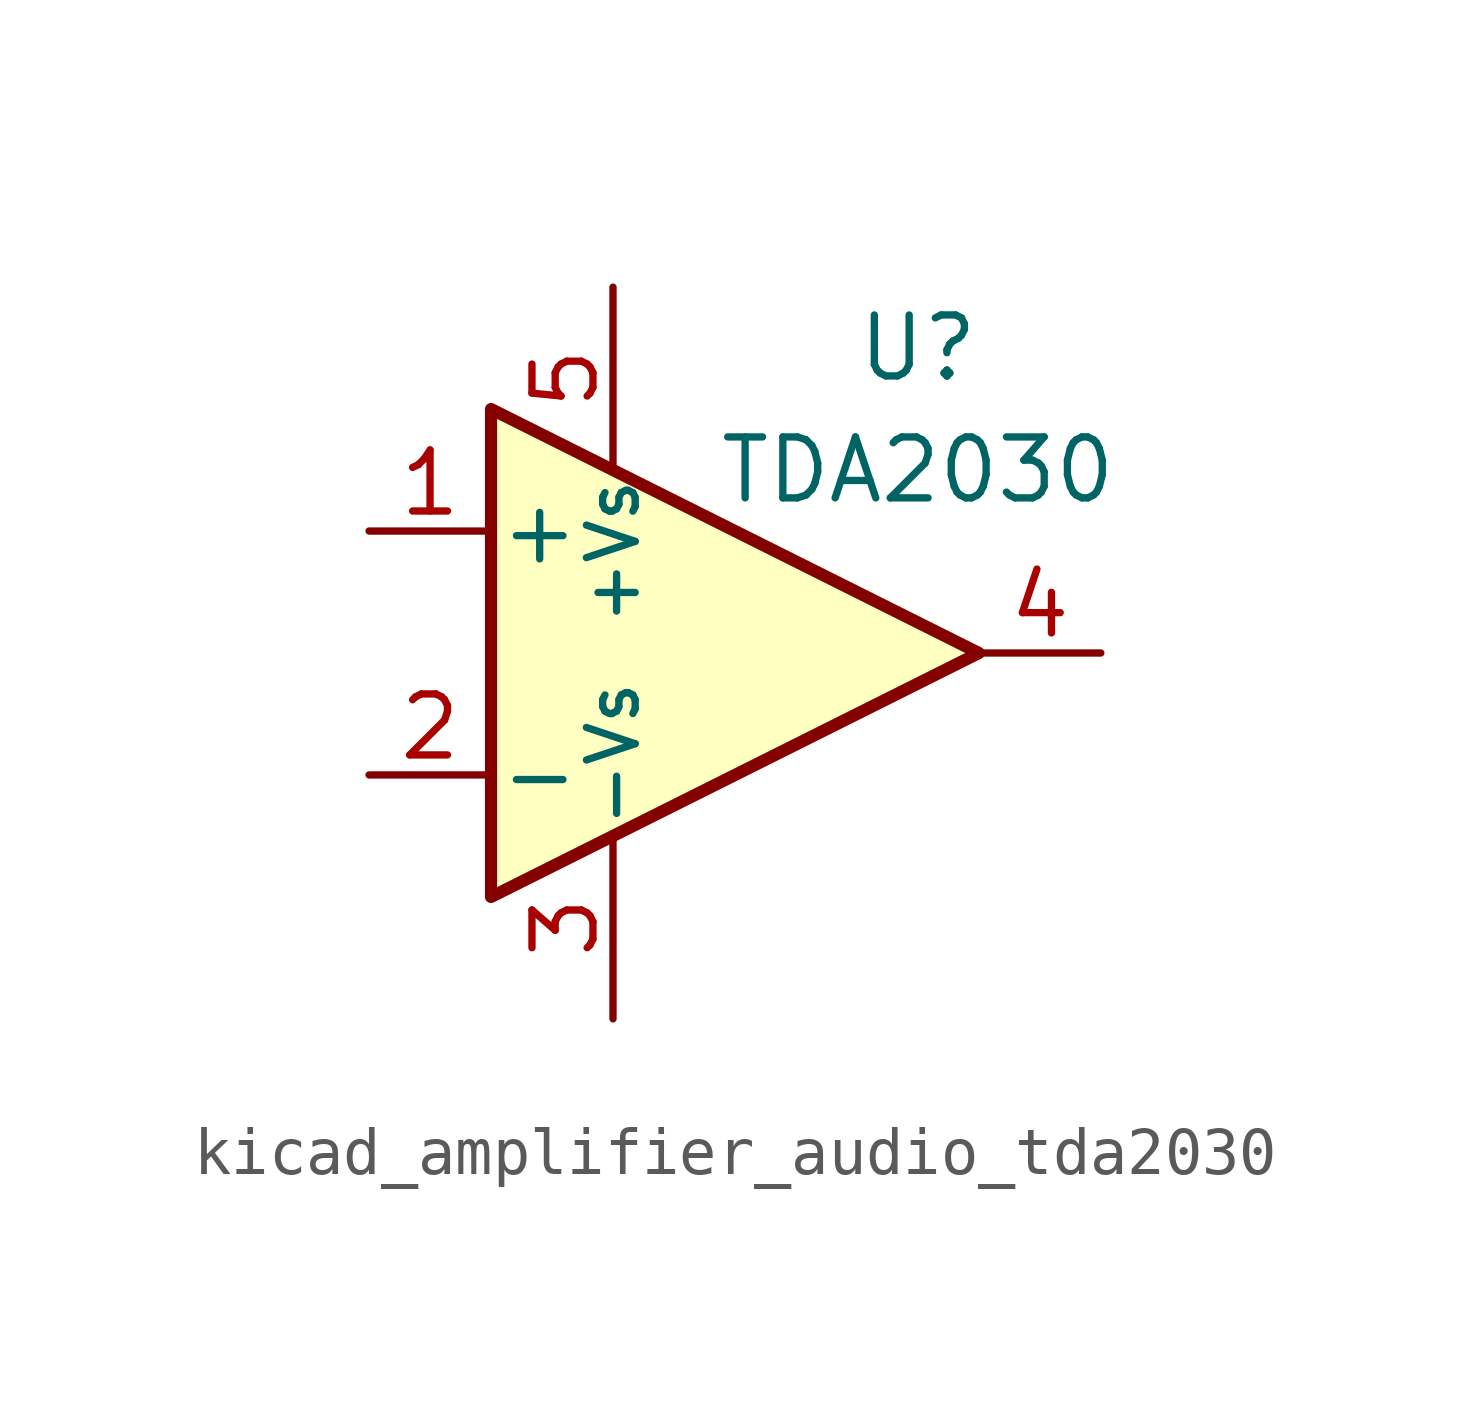
<source format=kicad_sym>
(kicad_symbol_lib
  (version 20220914)
  (generator kicad_symbol_editor)
  (symbol "kicad_amplifier_audio_tda2030"
    (pin_names
      (offset 0.127))
    (property "Reference" "U"
      (at 3.81 6.35 0)
      (effects (font (size 1.27 1.27))))
    (property "Value" "TDA2030"
      (at 3.81 3.81 0)
      (effects (font (size 1.27 1.27))))
    (symbol "kicad_amplifier_audio_tda2030_0_1"
      (polyline (pts (xy -5.08 5.08) (xy 5.08 0) (xy -5.08 -5.08) (xy -5.08 5.08)) (stroke (width 0.254) (type default)) (fill (type background))))
    (symbol "kicad_amplifier_audio_tda2030_1_1"
      (pin input line (at -7.62 2.54 0) (length 2.54) (name "+" (effects (font (size 1.27 1.27)))) (number "1" (effects (font (size 1.27 1.27)))))
      (pin input line (at -7.62 -2.54 0) (length 2.54) (name "-" (effects (font (size 1.27 1.27)))) (number "2" (effects (font (size 1.27 1.27)))))
      (pin power_in line (at -2.54 -7.62 90) (length 3.81) (name "-Vs" (effects (font (size 1.016 1.016)))) (number "3" (effects (font (size 1.27 1.27)))))
      (pin output line (at 7.62 0 180) (length 2.54) (name "~" (effects (font (size 1.27 1.27)))) (number "4" (effects (font (size 1.27 1.27)))))
      (pin power_in line (at -2.54 7.62 270) (length 3.81) (name "+Vs" (effects (font (size 1.016 1.016)))) (number "5" (effects (font (size 1.27 1.27))))))))
</source>
